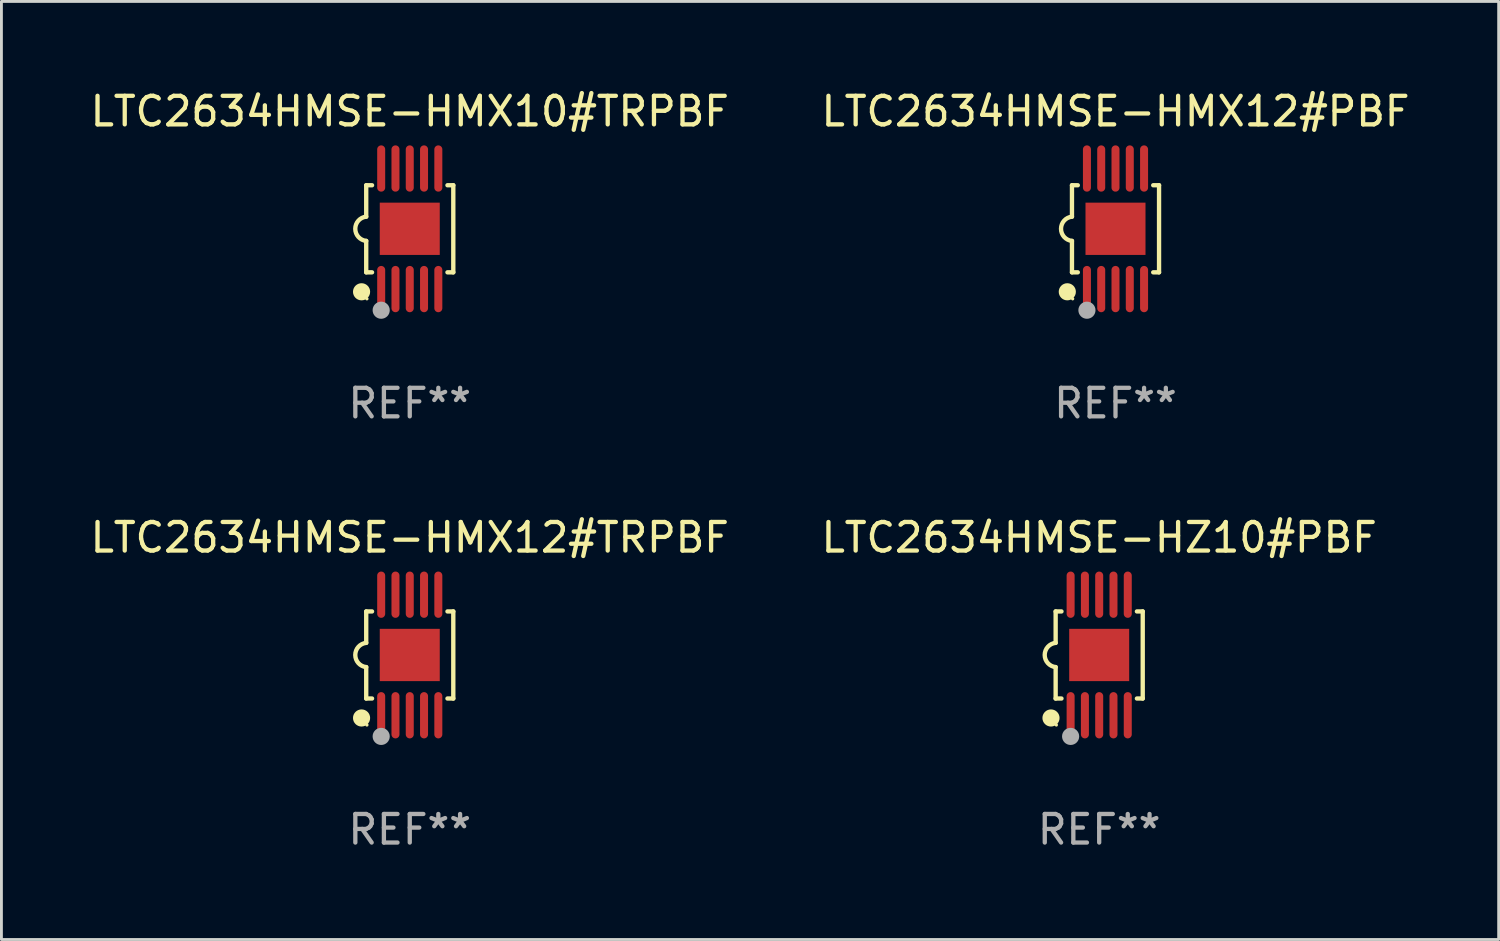
<source format=kicad_pcb>
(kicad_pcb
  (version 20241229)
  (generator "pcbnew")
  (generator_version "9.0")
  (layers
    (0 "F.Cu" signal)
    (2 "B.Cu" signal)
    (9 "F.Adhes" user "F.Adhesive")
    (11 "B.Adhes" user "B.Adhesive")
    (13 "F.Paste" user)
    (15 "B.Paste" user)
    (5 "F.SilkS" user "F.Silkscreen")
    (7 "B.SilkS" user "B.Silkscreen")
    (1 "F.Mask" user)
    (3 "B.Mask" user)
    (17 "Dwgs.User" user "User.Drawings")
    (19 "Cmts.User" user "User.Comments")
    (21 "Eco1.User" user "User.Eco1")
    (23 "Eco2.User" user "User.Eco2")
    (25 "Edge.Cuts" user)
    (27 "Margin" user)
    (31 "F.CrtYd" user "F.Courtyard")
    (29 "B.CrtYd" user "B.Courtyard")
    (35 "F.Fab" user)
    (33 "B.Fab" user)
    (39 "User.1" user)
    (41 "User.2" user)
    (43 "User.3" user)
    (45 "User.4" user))
  (footprint "LTC2634HMSE-HMX12#PBF"
    (layer "F.Cu")
    (at 35.994 4.958)
    (property "Reference" "LTC2634HMSE-HMX12#PBF" (at 0 -4.11 0) (layer "F.SilkS") (effects (font (size 1 1) (thickness 0.15))))
    (attr through_hole)
    (fp_line (start -1.524 -1.524) (end -1.524 -0.424) (stroke (width 0.152) (type solid)) (layer "F.SilkS"))
    (fp_line (start -1.524 1.524) (end -1.524 0.424) (stroke (width 0.152) (type solid)) (layer "F.SilkS"))
    (fp_line (start -1.524 1.524) (end -1.32 1.524) (stroke (width 0.152) (type solid)) (layer "F.SilkS"))
    (fp_line (start -1.32 -1.524) (end -1.524 -1.524) (stroke (width 0.152) (type solid)) (layer "F.SilkS"))
    (fp_line (start 1.32 1.524) (end 1.524 1.524) (stroke (width 0.152) (type solid)) (layer "F.SilkS"))
    (fp_line (start 1.524 -1.524) (end 1.32 -1.524) (stroke (width 0.152) (type solid)) (layer "F.SilkS"))
    (fp_line (start 1.524 1.524) (end 1.524 -1.524) (stroke (width 0.152) (type solid)) (layer "F.SilkS"))
    (fp_arc (start -1.524003 0.424003) (mid -1.906663 -0.000089) (end -1.524004 -0.424181) (stroke (width 0.151994) (type solid)) (layer "F.SilkS"))
    (fp_circle (center -1.687 2.205) (end -1.537 2.205) (stroke (width 0.3) (type solid)) (fill no) (layer "F.SilkS"))
    (fp_circle (center -1.5 2.45) (end -1.47 2.45) (stroke (width 0.06) (type solid)) (fill no) (layer "F.SilkS"))
    (fp_circle (center -1 2.85) (end -0.85 2.85) (stroke (width 0.3) (type solid)) (fill no) (layer "F.Fab"))
    (fp_text user "REF**" (at 0 6.11 0) (layer "F.Fab") (effects (font (size 1 1) (thickness 0.15))))
    (pad "1" smd oval (at -1 2.11) (size 0.28 1.62) (layers "F.Cu" "F.Mask" "F.Paste"))
    (pad "2" smd oval (at -0.5 2.11) (size 0.28 1.62) (layers "F.Cu" "F.Mask" "F.Paste"))
    (pad "3" smd oval (at 0 2.11) (size 0.28 1.62) (layers "F.Cu" "F.Mask" "F.Paste"))
    (pad "4" smd oval (at 0.5 2.11) (size 0.28 1.62) (layers "F.Cu" "F.Mask" "F.Paste"))
    (pad "5" smd oval (at 1 2.11) (size 0.28 1.62) (layers "F.Cu" "F.Mask" "F.Paste"))
    (pad "6" smd oval (at 1 -2.11) (size 0.28 1.62) (layers "F.Cu" "F.Mask" "F.Paste"))
    (pad "7" smd oval (at 0.5 -2.11) (size 0.28 1.62) (layers "F.Cu" "F.Mask" "F.Paste"))
    (pad "8" smd oval (at 0 -2.11) (size 0.28 1.62) (layers "F.Cu" "F.Mask" "F.Paste"))
    (pad "9" smd oval (at -0.5 -2.11) (size 0.28 1.62) (layers "F.Cu" "F.Mask" "F.Paste"))
    (pad "10" smd oval (at -1 -2.11) (size 0.28 1.62) (layers "F.Cu" "F.Mask" "F.Paste"))
    (pad "11" smd rect (at 0 0) (size 2.1 1.83) (layers "F.Cu" "F.Mask" "F.Paste")))
  (footprint "LTC2634HMSE-HMX10#TRPBF"
    (layer "F.Cu")
    (at 11.292 4.958)
    (property "Reference" "LTC2634HMSE-HMX10#TRPBF" (at 0 -4.11 0) (layer "F.SilkS") (effects (font (size 1 1) (thickness 0.15))))
    (attr through_hole)
    (fp_line (start -1.524 -1.524) (end -1.524 -0.424) (stroke (width 0.152) (type solid)) (layer "F.SilkS"))
    (fp_line (start -1.524 1.524) (end -1.524 0.424) (stroke (width 0.152) (type solid)) (layer "F.SilkS"))
    (fp_line (start -1.524 1.524) (end -1.32 1.524) (stroke (width 0.152) (type solid)) (layer "F.SilkS"))
    (fp_line (start -1.32 -1.524) (end -1.524 -1.524) (stroke (width 0.152) (type solid)) (layer "F.SilkS"))
    (fp_line (start 1.32 1.524) (end 1.524 1.524) (stroke (width 0.152) (type solid)) (layer "F.SilkS"))
    (fp_line (start 1.524 -1.524) (end 1.32 -1.524) (stroke (width 0.152) (type solid)) (layer "F.SilkS"))
    (fp_line (start 1.524 1.524) (end 1.524 -1.524) (stroke (width 0.152) (type solid)) (layer "F.SilkS"))
    (fp_arc (start -1.524003 0.424003) (mid -1.906663 -0.000089) (end -1.524004 -0.424181) (stroke (width 0.151994) (type solid)) (layer "F.SilkS"))
    (fp_circle (center -1.687 2.205) (end -1.537 2.205) (stroke (width 0.3) (type solid)) (fill no) (layer "F.SilkS"))
    (fp_circle (center -1.5 2.45) (end -1.47 2.45) (stroke (width 0.06) (type solid)) (fill no) (layer "F.SilkS"))
    (fp_circle (center -1 2.85) (end -0.85 2.85) (stroke (width 0.3) (type solid)) (fill no) (layer "F.Fab"))
    (fp_text user "REF**" (at 0 6.11 0) (layer "F.Fab") (effects (font (size 1 1) (thickness 0.15))))
    (pad "1" smd oval (at -1 2.11) (size 0.28 1.62) (layers "F.Cu" "F.Mask" "F.Paste"))
    (pad "2" smd oval (at -0.5 2.11) (size 0.28 1.62) (layers "F.Cu" "F.Mask" "F.Paste"))
    (pad "3" smd oval (at 0 2.11) (size 0.28 1.62) (layers "F.Cu" "F.Mask" "F.Paste"))
    (pad "4" smd oval (at 0.5 2.11) (size 0.28 1.62) (layers "F.Cu" "F.Mask" "F.Paste"))
    (pad "5" smd oval (at 1 2.11) (size 0.28 1.62) (layers "F.Cu" "F.Mask" "F.Paste"))
    (pad "6" smd oval (at 1 -2.11) (size 0.28 1.62) (layers "F.Cu" "F.Mask" "F.Paste"))
    (pad "7" smd oval (at 0.5 -2.11) (size 0.28 1.62) (layers "F.Cu" "F.Mask" "F.Paste"))
    (pad "8" smd oval (at 0 -2.11) (size 0.28 1.62) (layers "F.Cu" "F.Mask" "F.Paste"))
    (pad "9" smd oval (at -0.5 -2.11) (size 0.28 1.62) (layers "F.Cu" "F.Mask" "F.Paste"))
    (pad "10" smd oval (at -1 -2.11) (size 0.28 1.62) (layers "F.Cu" "F.Mask" "F.Paste"))
    (pad "11" smd rect (at 0 0) (size 2.1 1.83) (layers "F.Cu" "F.Mask" "F.Paste")))
  (footprint "LTC2634HMSE-HMX12#TRPBF"
    (layer "F.Cu")
    (at 11.292 19.875)
    (property "Reference" "LTC2634HMSE-HMX12#TRPBF" (at 0 -4.11 0) (layer "F.SilkS") (effects (font (size 1 1) (thickness 0.15))))
    (attr through_hole)
    (fp_line (start -1.524 -1.524) (end -1.524 -0.424) (stroke (width 0.152) (type solid)) (layer "F.SilkS"))
    (fp_line (start -1.524 1.524) (end -1.524 0.424) (stroke (width 0.152) (type solid)) (layer "F.SilkS"))
    (fp_line (start -1.524 1.524) (end -1.32 1.524) (stroke (width 0.152) (type solid)) (layer "F.SilkS"))
    (fp_line (start -1.32 -1.524) (end -1.524 -1.524) (stroke (width 0.152) (type solid)) (layer "F.SilkS"))
    (fp_line (start 1.32 1.524) (end 1.524 1.524) (stroke (width 0.152) (type solid)) (layer "F.SilkS"))
    (fp_line (start 1.524 -1.524) (end 1.32 -1.524) (stroke (width 0.152) (type solid)) (layer "F.SilkS"))
    (fp_line (start 1.524 1.524) (end 1.524 -1.524) (stroke (width 0.152) (type solid)) (layer "F.SilkS"))
    (fp_arc (start -1.524003 0.424003) (mid -1.906663 -0.000089) (end -1.524004 -0.424181) (stroke (width 0.151994) (type solid)) (layer "F.SilkS"))
    (fp_circle (center -1.687 2.205) (end -1.537 2.205) (stroke (width 0.3) (type solid)) (fill no) (layer "F.SilkS"))
    (fp_circle (center -1.5 2.45) (end -1.47 2.45) (stroke (width 0.06) (type solid)) (fill no) (layer "F.SilkS"))
    (fp_circle (center -1 2.85) (end -0.85 2.85) (stroke (width 0.3) (type solid)) (fill no) (layer "F.Fab"))
    (fp_text user "REF**" (at 0 6.11 0) (layer "F.Fab") (effects (font (size 1 1) (thickness 0.15))))
    (pad "1" smd oval (at -1 2.11) (size 0.28 1.62) (layers "F.Cu" "F.Mask" "F.Paste"))
    (pad "2" smd oval (at -0.5 2.11) (size 0.28 1.62) (layers "F.Cu" "F.Mask" "F.Paste"))
    (pad "3" smd oval (at 0 2.11) (size 0.28 1.62) (layers "F.Cu" "F.Mask" "F.Paste"))
    (pad "4" smd oval (at 0.5 2.11) (size 0.28 1.62) (layers "F.Cu" "F.Mask" "F.Paste"))
    (pad "5" smd oval (at 1 2.11) (size 0.28 1.62) (layers "F.Cu" "F.Mask" "F.Paste"))
    (pad "6" smd oval (at 1 -2.11) (size 0.28 1.62) (layers "F.Cu" "F.Mask" "F.Paste"))
    (pad "7" smd oval (at 0.5 -2.11) (size 0.28 1.62) (layers "F.Cu" "F.Mask" "F.Paste"))
    (pad "8" smd oval (at 0 -2.11) (size 0.28 1.62) (layers "F.Cu" "F.Mask" "F.Paste"))
    (pad "9" smd oval (at -0.5 -2.11) (size 0.28 1.62) (layers "F.Cu" "F.Mask" "F.Paste"))
    (pad "10" smd oval (at -1 -2.11) (size 0.28 1.62) (layers "F.Cu" "F.Mask" "F.Paste"))
    (pad "11" smd rect (at 0 0) (size 2.1 1.83) (layers "F.Cu" "F.Mask" "F.Paste")))
  (footprint "LTC2634HMSE-HZ10#PBF"
    (layer "F.Cu")
    (at 35.423 19.875)
    (property "Reference" "LTC2634HMSE-HZ10#PBF" (at 0 -4.11 0) (layer "F.SilkS") (effects (font (size 1 1) (thickness 0.15))))
    (attr through_hole)
    (fp_line (start -1.524 -1.524) (end -1.524 -0.424) (stroke (width 0.152) (type solid)) (layer "F.SilkS"))
    (fp_line (start -1.524 1.524) (end -1.524 0.424) (stroke (width 0.152) (type solid)) (layer "F.SilkS"))
    (fp_line (start -1.524 1.524) (end -1.32 1.524) (stroke (width 0.152) (type solid)) (layer "F.SilkS"))
    (fp_line (start -1.32 -1.524) (end -1.524 -1.524) (stroke (width 0.152) (type solid)) (layer "F.SilkS"))
    (fp_line (start 1.32 1.524) (end 1.524 1.524) (stroke (width 0.152) (type solid)) (layer "F.SilkS"))
    (fp_line (start 1.524 -1.524) (end 1.32 -1.524) (stroke (width 0.152) (type solid)) (layer "F.SilkS"))
    (fp_line (start 1.524 1.524) (end 1.524 -1.524) (stroke (width 0.152) (type solid)) (layer "F.SilkS"))
    (fp_arc (start -1.524003 0.424003) (mid -1.906663 -0.000089) (end -1.524004 -0.424181) (stroke (width 0.151994) (type solid)) (layer "F.SilkS"))
    (fp_circle (center -1.687 2.205) (end -1.537 2.205) (stroke (width 0.3) (type solid)) (fill no) (layer "F.SilkS"))
    (fp_circle (center -1.5 2.45) (end -1.47 2.45) (stroke (width 0.06) (type solid)) (fill no) (layer "F.SilkS"))
    (fp_circle (center -1 2.85) (end -0.85 2.85) (stroke (width 0.3) (type solid)) (fill no) (layer "F.Fab"))
    (fp_text user "REF**" (at 0 6.11 0) (layer "F.Fab") (effects (font (size 1 1) (thickness 0.15))))
    (pad "1" smd oval (at -1 2.11) (size 0.28 1.62) (layers "F.Cu" "F.Mask" "F.Paste"))
    (pad "2" smd oval (at -0.5 2.11) (size 0.28 1.62) (layers "F.Cu" "F.Mask" "F.Paste"))
    (pad "3" smd oval (at 0 2.11) (size 0.28 1.62) (layers "F.Cu" "F.Mask" "F.Paste"))
    (pad "4" smd oval (at 0.5 2.11) (size 0.28 1.62) (layers "F.Cu" "F.Mask" "F.Paste"))
    (pad "5" smd oval (at 1 2.11) (size 0.28 1.62) (layers "F.Cu" "F.Mask" "F.Paste"))
    (pad "6" smd oval (at 1 -2.11) (size 0.28 1.62) (layers "F.Cu" "F.Mask" "F.Paste"))
    (pad "7" smd oval (at 0.5 -2.11) (size 0.28 1.62) (layers "F.Cu" "F.Mask" "F.Paste"))
    (pad "8" smd oval (at 0 -2.11) (size 0.28 1.62) (layers "F.Cu" "F.Mask" "F.Paste"))
    (pad "9" smd oval (at -0.5 -2.11) (size 0.28 1.62) (layers "F.Cu" "F.Mask" "F.Paste"))
    (pad "10" smd oval (at -1 -2.11) (size 0.28 1.62) (layers "F.Cu" "F.Mask" "F.Paste"))
    (pad "11" smd rect (at 0 0) (size 2.1 1.83) (layers "F.Cu" "F.Mask" "F.Paste")))
  (gr_rect
    (start -3 -3)
    (end 49.405 29.833)
    (stroke (width 0.1) (type default))
    (fill no)
    (layer "Edge.Cuts")))
</source>
